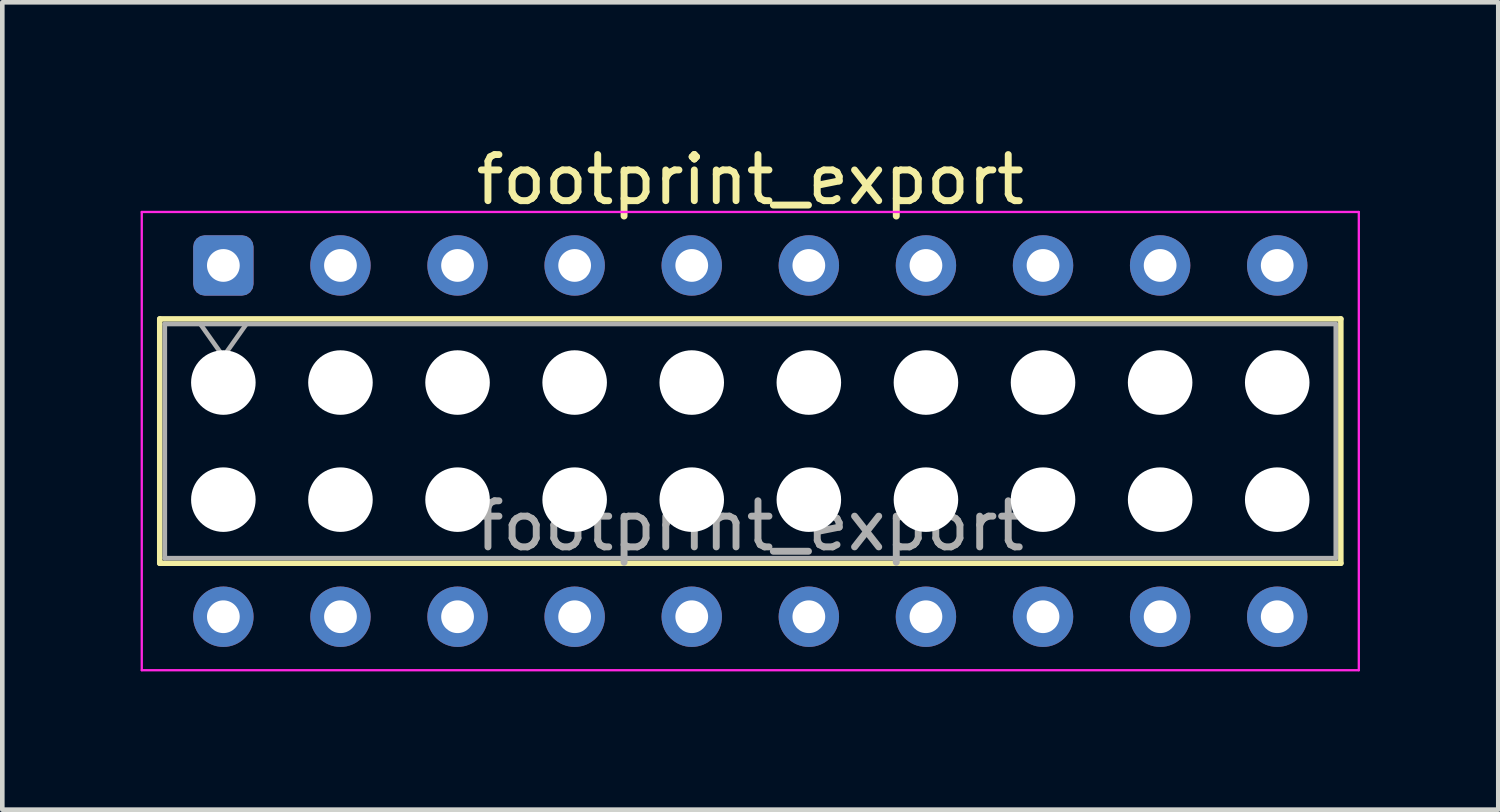
<source format=kicad_pcb>
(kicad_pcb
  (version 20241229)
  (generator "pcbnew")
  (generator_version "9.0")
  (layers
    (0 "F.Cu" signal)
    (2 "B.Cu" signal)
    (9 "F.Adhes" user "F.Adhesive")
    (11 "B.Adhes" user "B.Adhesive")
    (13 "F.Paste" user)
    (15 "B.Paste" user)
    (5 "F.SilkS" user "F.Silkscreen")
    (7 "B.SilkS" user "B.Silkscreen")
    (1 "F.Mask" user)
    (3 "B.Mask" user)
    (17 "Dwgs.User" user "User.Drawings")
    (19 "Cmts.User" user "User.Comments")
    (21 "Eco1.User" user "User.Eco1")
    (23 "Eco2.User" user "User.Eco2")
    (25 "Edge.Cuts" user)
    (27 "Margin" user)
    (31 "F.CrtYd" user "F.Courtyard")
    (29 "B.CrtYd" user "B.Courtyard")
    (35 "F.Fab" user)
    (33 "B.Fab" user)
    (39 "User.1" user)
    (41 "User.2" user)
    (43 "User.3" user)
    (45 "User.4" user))
  (footprint "footprint_export"
    (layer "F.Cu")
    (at 1.795 2.708)
    (property "Reference" "footprint_export" (at 11.43 -1.86 0) (layer "F.SilkS") (effects (font (size 1 1) (thickness 0.15))))
    (attr through_hole)
    (fp_line (start -1.38 1.16) (end 24.24 1.16) (stroke (width 0.12) (type solid)) (layer "F.SilkS"))
    (fp_line (start -1.38 6.46) (end -1.38 1.16) (stroke (width 0.12) (type solid)) (layer "F.SilkS"))
    (fp_line (start 24.24 1.16) (end 24.24 6.46) (stroke (width 0.12) (type solid)) (layer "F.SilkS"))
    (fp_line (start 24.24 6.46) (end -1.38 6.46) (stroke (width 0.12) (type solid)) (layer "F.SilkS"))
    (fp_line (start -1.77 -1.16) (end 24.63 -1.16) (stroke (width 0.05) (type solid)) (layer "F.CrtYd"))
    (fp_line (start -1.77 8.78) (end -1.77 -1.16) (stroke (width 0.05) (type solid)) (layer "F.CrtYd"))
    (fp_line (start 24.63 -1.16) (end 24.63 8.78) (stroke (width 0.05) (type solid)) (layer "F.CrtYd"))
    (fp_line (start 24.63 8.78) (end -1.77 8.78) (stroke (width 0.05) (type solid)) (layer "F.CrtYd"))
    (fp_line (start -1.27 1.27) (end 24.13 1.27) (stroke (width 0.1) (type solid)) (layer "F.Fab"))
    (fp_line (start -1.27 6.35) (end -1.27 1.27) (stroke (width 0.1) (type solid)) (layer "F.Fab"))
    (fp_line (start -0.5 1.27) (end 0 1.977) (stroke (width 0.1) (type solid)) (layer "F.Fab"))
    (fp_line (start 0 1.977) (end 0.5 1.27) (stroke (width 0.1) (type solid)) (layer "F.Fab"))
    (fp_line (start 24.13 1.27) (end 24.13 6.35) (stroke (width 0.1) (type solid)) (layer "F.Fab"))
    (fp_line (start 24.13 6.35) (end -1.27 6.35) (stroke (width 0.1) (type solid)) (layer "F.Fab"))
    (fp_text user "${REFERENCE}" (at 11.43 5.65 0) (layer "F.Fab") (effects (font (size 1 1) (thickness 0.15))))
    (pad "" np_thru_hole circle (at 0 2.54) (size 1.4 1.4) (drill 1.4) (layers "*.Cu" "*.Mask"))
    (pad "" np_thru_hole circle (at 0 5.08) (size 1.4 1.4) (drill 1.4) (layers "*.Cu" "*.Mask"))
    (pad "" np_thru_hole circle (at 2.54 2.54) (size 1.4 1.4) (drill 1.4) (layers "*.Cu" "*.Mask"))
    (pad "" np_thru_hole circle (at 2.54 5.08) (size 1.4 1.4) (drill 1.4) (layers "*.Cu" "*.Mask"))
    (pad "" np_thru_hole circle (at 5.08 2.54) (size 1.4 1.4) (drill 1.4) (layers "*.Cu" "*.Mask"))
    (pad "" np_thru_hole circle (at 5.08 5.08) (size 1.4 1.4) (drill 1.4) (layers "*.Cu" "*.Mask"))
    (pad "" np_thru_hole circle (at 7.62 2.54) (size 1.4 1.4) (drill 1.4) (layers "*.Cu" "*.Mask"))
    (pad "" np_thru_hole circle (at 7.62 5.08) (size 1.4 1.4) (drill 1.4) (layers "*.Cu" "*.Mask"))
    (pad "" np_thru_hole circle (at 10.16 2.54) (size 1.4 1.4) (drill 1.4) (layers "*.Cu" "*.Mask"))
    (pad "" np_thru_hole circle (at 10.16 5.08) (size 1.4 1.4) (drill 1.4) (layers "*.Cu" "*.Mask"))
    (pad "" np_thru_hole circle (at 12.7 2.54) (size 1.4 1.4) (drill 1.4) (layers "*.Cu" "*.Mask"))
    (pad "" np_thru_hole circle (at 12.7 5.08) (size 1.4 1.4) (drill 1.4) (layers "*.Cu" "*.Mask"))
    (pad "" np_thru_hole circle (at 15.24 2.54) (size 1.4 1.4) (drill 1.4) (layers "*.Cu" "*.Mask"))
    (pad "" np_thru_hole circle (at 15.24 5.08) (size 1.4 1.4) (drill 1.4) (layers "*.Cu" "*.Mask"))
    (pad "" np_thru_hole circle (at 17.78 2.54) (size 1.4 1.4) (drill 1.4) (layers "*.Cu" "*.Mask"))
    (pad "" np_thru_hole circle (at 17.78 5.08) (size 1.4 1.4) (drill 1.4) (layers "*.Cu" "*.Mask"))
    (pad "" np_thru_hole circle (at 20.32 2.54) (size 1.4 1.4) (drill 1.4) (layers "*.Cu" "*.Mask"))
    (pad "" np_thru_hole circle (at 20.32 5.08) (size 1.4 1.4) (drill 1.4) (layers "*.Cu" "*.Mask"))
    (pad "" np_thru_hole circle (at 22.86 2.54) (size 1.4 1.4) (drill 1.4) (layers "*.Cu" "*.Mask"))
    (pad "" np_thru_hole circle (at 22.86 5.08) (size 1.4 1.4) (drill 1.4) (layers "*.Cu" "*.Mask"))
    (pad "1" thru_hole roundrect (at 0 0) (size 1.31 1.31) (drill 0.71) (layers "*.Cu" "*.Mask") (roundrect_rratio 0.191))
    (pad "2" thru_hole circle (at 0 7.62) (size 1.31 1.31) (drill 0.71) (layers "*.Cu" "*.Mask"))
    (pad "3" thru_hole circle (at 2.54 0) (size 1.31 1.31) (drill 0.71) (layers "*.Cu" "*.Mask"))
    (pad "4" thru_hole circle (at 2.54 7.62) (size 1.31 1.31) (drill 0.71) (layers "*.Cu" "*.Mask"))
    (pad "5" thru_hole circle (at 5.08 0) (size 1.31 1.31) (drill 0.71) (layers "*.Cu" "*.Mask"))
    (pad "6" thru_hole circle (at 5.08 7.62) (size 1.31 1.31) (drill 0.71) (layers "*.Cu" "*.Mask"))
    (pad "7" thru_hole circle (at 7.62 0) (size 1.31 1.31) (drill 0.71) (layers "*.Cu" "*.Mask"))
    (pad "8" thru_hole circle (at 7.62 7.62) (size 1.31 1.31) (drill 0.71) (layers "*.Cu" "*.Mask"))
    (pad "9" thru_hole circle (at 10.16 0) (size 1.31 1.31) (drill 0.71) (layers "*.Cu" "*.Mask"))
    (pad "10" thru_hole circle (at 10.16 7.62) (size 1.31 1.31) (drill 0.71) (layers "*.Cu" "*.Mask"))
    (pad "11" thru_hole circle (at 12.7 0) (size 1.31 1.31) (drill 0.71) (layers "*.Cu" "*.Mask"))
    (pad "12" thru_hole circle (at 12.7 7.62) (size 1.31 1.31) (drill 0.71) (layers "*.Cu" "*.Mask"))
    (pad "13" thru_hole circle (at 15.24 0) (size 1.31 1.31) (drill 0.71) (layers "*.Cu" "*.Mask"))
    (pad "14" thru_hole circle (at 15.24 7.62) (size 1.31 1.31) (drill 0.71) (layers "*.Cu" "*.Mask"))
    (pad "15" thru_hole circle (at 17.78 0) (size 1.31 1.31) (drill 0.71) (layers "*.Cu" "*.Mask"))
    (pad "16" thru_hole circle (at 17.78 7.62) (size 1.31 1.31) (drill 0.71) (layers "*.Cu" "*.Mask"))
    (pad "17" thru_hole circle (at 20.32 0) (size 1.31 1.31) (drill 0.71) (layers "*.Cu" "*.Mask"))
    (pad "18" thru_hole circle (at 20.32 7.62) (size 1.31 1.31) (drill 0.71) (layers "*.Cu" "*.Mask"))
    (pad "19" thru_hole circle (at 22.86 0) (size 1.31 1.31) (drill 0.71) (layers "*.Cu" "*.Mask"))
    (pad "20" thru_hole circle (at 22.86 7.62) (size 1.31 1.31) (drill 0.71) (layers "*.Cu" "*.Mask")))
  (gr_rect
    (start -3 -3)
    (end 29.45 14.513)
    (stroke (width 0.1) (type default))
    (fill no)
    (layer "Edge.Cuts")))
</source>
